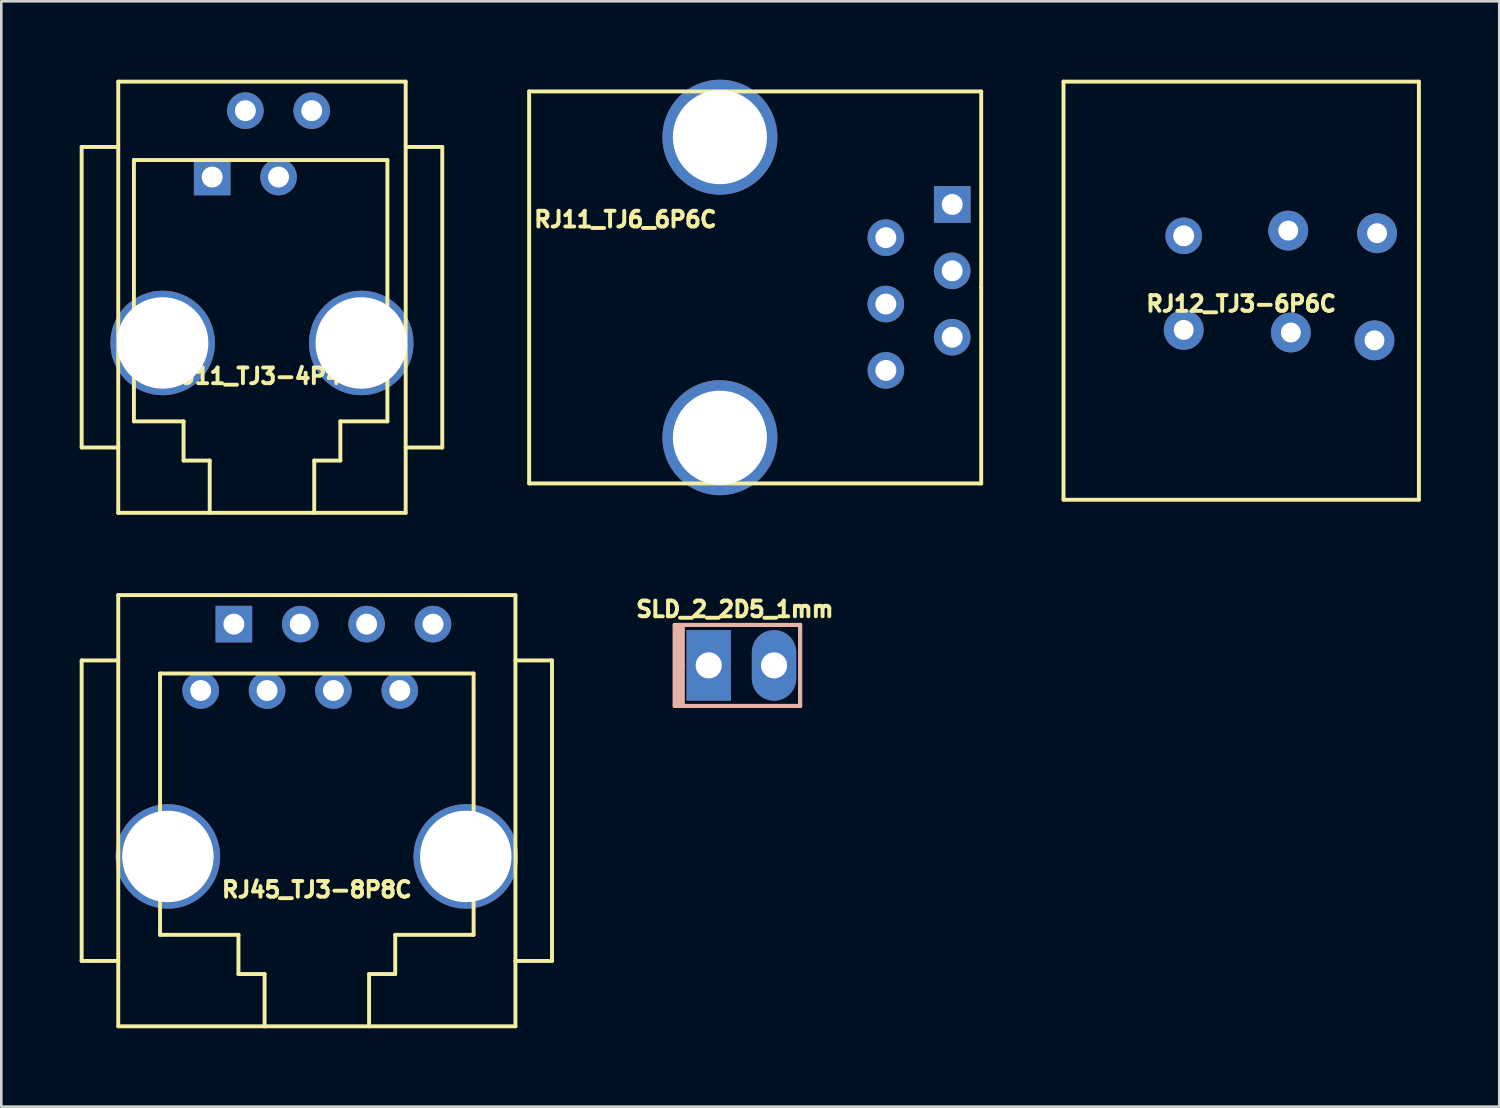
<source format=kicad_pcb>
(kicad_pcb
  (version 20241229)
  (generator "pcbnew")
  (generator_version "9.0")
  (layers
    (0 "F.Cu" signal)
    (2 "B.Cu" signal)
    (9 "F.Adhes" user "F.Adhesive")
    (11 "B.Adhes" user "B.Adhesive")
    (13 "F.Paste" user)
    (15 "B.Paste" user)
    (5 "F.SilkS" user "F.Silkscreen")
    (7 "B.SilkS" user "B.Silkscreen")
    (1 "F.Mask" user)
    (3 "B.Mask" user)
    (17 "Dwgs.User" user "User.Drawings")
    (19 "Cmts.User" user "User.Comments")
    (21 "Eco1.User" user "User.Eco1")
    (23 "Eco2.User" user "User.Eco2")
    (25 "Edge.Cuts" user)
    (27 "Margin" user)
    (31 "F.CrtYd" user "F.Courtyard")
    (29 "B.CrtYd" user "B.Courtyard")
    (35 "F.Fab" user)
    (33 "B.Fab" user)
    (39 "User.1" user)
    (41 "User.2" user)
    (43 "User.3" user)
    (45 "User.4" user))
  (footprint "SLD_2_2D5_1mm"
    (layer "F.Cu")
    (at 25.322 22.414)
    (property "Reference" "SLD_2_2D5_1mm" (at -0.25 -2.15 0) (layer "F.SilkS") (effects (font (size 0.6 0.6) (thickness 0.15))))
    (attr through_hole)
    (fp_line (start -2.55 -1.55) (end -2.55 1.55) (stroke (width 0.15) (type solid)) (layer "F.SilkS"))
    (fp_line (start -2.55 1.55) (end -2.25 1.55) (stroke (width 0.15) (type solid)) (layer "F.SilkS"))
    (fp_line (start -2.4 1.55) (end -2.4 -1.55) (stroke (width 0.15) (type solid)) (layer "F.SilkS"))
    (fp_line (start -2.25 -1.55) (end -2.55 -1.55) (stroke (width 0.15) (type solid)) (layer "F.SilkS"))
    (fp_line (start -2.25 -1.55) (end 2.25 -1.55) (stroke (width 0.15) (type solid)) (layer "F.SilkS"))
    (fp_line (start -2.25 0) (end -2.25 -1.55) (stroke (width 0.15) (type solid)) (layer "F.SilkS"))
    (fp_line (start -2.25 1.55) (end -2.25 0) (stroke (width 0.15) (type solid)) (layer "F.SilkS"))
    (fp_line (start 2.25 -1.55) (end 2.25 1.55) (stroke (width 0.15) (type solid)) (layer "F.SilkS"))
    (fp_line (start 2.25 1.55) (end -2.25 1.55) (stroke (width 0.15) (type solid)) (layer "F.SilkS"))
    (fp_line (start -2.55 -1.55) (end -2.4 -1.55) (stroke (width 0.15) (type solid)) (layer "B.SilkS"))
    (fp_line (start -2.55 1.55) (end -2.55 -1.55) (stroke (width 0.15) (type solid)) (layer "B.SilkS"))
    (fp_line (start -2.4 -1.55) (end -2.4 1.55) (stroke (width 0.15) (type solid)) (layer "B.SilkS"))
    (fp_line (start -2.4 1.55) (end -2.55 1.55) (stroke (width 0.15) (type solid)) (layer "B.SilkS"))
    (fp_line (start -2.4 1.55) (end -2.25 1.55) (stroke (width 0.15) (type solid)) (layer "B.SilkS"))
    (fp_line (start -2.25 -1.55) (end -2.4 -1.55) (stroke (width 0.15) (type solid)) (layer "B.SilkS"))
    (fp_line (start -2.25 -1.55) (end 2.25 -1.55) (stroke (width 0.15) (type solid)) (layer "B.SilkS"))
    (fp_line (start -2.25 1.55) (end -2.25 -1.55) (stroke (width 0.15) (type solid)) (layer "B.SilkS"))
    (fp_line (start 2.25 -1.55) (end 2.25 1.55) (stroke (width 0.15) (type solid)) (layer "B.SilkS"))
    (fp_line (start 2.25 1.55) (end -2.25 1.55) (stroke (width 0.15) (type solid)) (layer "B.SilkS"))
    (pad "1" thru_hole rect (at -1.25 0) (size 1.7 2.7) (drill 1) (layers "*.Cu" "*.Mask"))
    (pad "2" thru_hole oval (at 1.25 0) (size 1.7 2.7) (drill 1) (layers "*.Cu" "*.Mask")))
  (footprint "RJ11_TJ3-4P4C"
    (layer "F.Cu")
    (at 6.975 10.075)
    (property "Reference" "RJ11_TJ3-4P4C" (at 0 1.27 0) (layer "F.SilkS") (effects (font (size 0.6 0.6) (thickness 0.15))))
    (attr through_hole)
    (fp_line (start -6.9 -7.5) (end -6.9 4) (stroke (width 0.15) (type solid)) (layer "F.SilkS"))
    (fp_line (start -6.9 4) (end -5.5 4) (stroke (width 0.15) (type solid)) (layer "F.SilkS"))
    (fp_line (start -5.5 -10) (end 5.5 -10) (stroke (width 0.15) (type solid)) (layer "F.SilkS"))
    (fp_line (start -5.5 -7.5) (end -6.9 -7.5) (stroke (width 0.15) (type solid)) (layer "F.SilkS"))
    (fp_line (start -5.5 6.5) (end -5.5 -10) (stroke (width 0.15) (type solid)) (layer "F.SilkS"))
    (fp_line (start -4.9 -7) (end 4.8 -7) (stroke (width 0.15) (type solid)) (layer "F.SilkS"))
    (fp_line (start -4.9 3) (end -4.9 -7) (stroke (width 0.15) (type solid)) (layer "F.SilkS"))
    (fp_line (start -3 3) (end -4.9 3) (stroke (width 0.15) (type solid)) (layer "F.SilkS"))
    (fp_line (start -3 4.5) (end -3 3) (stroke (width 0.15) (type solid)) (layer "F.SilkS"))
    (fp_line (start -2 4.5) (end -3 4.5) (stroke (width 0.15) (type solid)) (layer "F.SilkS"))
    (fp_line (start -2 6.5) (end -2 4.5) (stroke (width 0.15) (type solid)) (layer "F.SilkS"))
    (fp_line (start 2 4.5) (end 2 6.5) (stroke (width 0.15) (type solid)) (layer "F.SilkS"))
    (fp_line (start 3 3) (end 3 4.5) (stroke (width 0.15) (type solid)) (layer "F.SilkS"))
    (fp_line (start 3 4.5) (end 2 4.5) (stroke (width 0.15) (type solid)) (layer "F.SilkS"))
    (fp_line (start 4.8 -7) (end 4.8 3) (stroke (width 0.15) (type solid)) (layer "F.SilkS"))
    (fp_line (start 4.8 3) (end 3 3) (stroke (width 0.15) (type solid)) (layer "F.SilkS"))
    (fp_line (start 5.5 -10) (end 5.5 6.5) (stroke (width 0.15) (type solid)) (layer "F.SilkS"))
    (fp_line (start 5.5 -7.5) (end 6.9 -7.5) (stroke (width 0.15) (type solid)) (layer "F.SilkS"))
    (fp_line (start 5.5 6.5) (end -5.5 6.5) (stroke (width 0.15) (type solid)) (layer "F.SilkS"))
    (fp_line (start 6.9 -7.5) (end 6.9 4) (stroke (width 0.15) (type solid)) (layer "F.SilkS"))
    (fp_line (start 6.9 4) (end 5.5 4) (stroke (width 0.15) (type solid)) (layer "F.SilkS"))
    (pad "1" thru_hole rect (at -1.905 -6.35) (size 1.4 1.4) (drill 0.8) (layers "*.Cu" "*.Mask"))
    (pad "2" thru_hole circle (at -0.635 -8.89) (size 1.4 1.4) (drill 0.8) (layers "*.Cu" "*.Mask"))
    (pad "3" thru_hole circle (at 0.635 -6.35) (size 1.4 1.4) (drill 0.8) (layers "*.Cu" "*.Mask"))
    (pad "4" thru_hole circle (at 1.905 -8.89) (size 1.4 1.4) (drill 0.8) (layers "*.Cu" "*.Mask"))
    (pad "H" thru_hole circle (at -3.8 0) (size 4 4) (drill 3.5) (layers "*.Cu" "*.Mask"))
    (pad "H" thru_hole circle (at 3.8 0) (size 4 4) (drill 3.5) (layers "*.Cu" "*.Mask")))
  (footprint "RJ45_TJ3-8P8C"
    (layer "F.Cu")
    (at 9.075 29.725)
    (property "Reference" "RJ45_TJ3-8P8C" (at 0 1.27 0) (layer "F.SilkS") (effects (font (size 0.6 0.6) (thickness 0.15))))
    (attr through_hole)
    (fp_line (start -9 -7.5) (end -9 4) (stroke (width 0.15) (type solid)) (layer "F.SilkS"))
    (fp_line (start -9 4) (end -7.6 4) (stroke (width 0.15) (type solid)) (layer "F.SilkS"))
    (fp_line (start -7.6 -10) (end 7.6 -10) (stroke (width 0.15) (type solid)) (layer "F.SilkS"))
    (fp_line (start -7.6 -7.5) (end -9 -7.5) (stroke (width 0.15) (type solid)) (layer "F.SilkS"))
    (fp_line (start -7.6 6.5) (end -7.6 -10) (stroke (width 0.15) (type solid)) (layer "F.SilkS"))
    (fp_line (start -6 -7) (end 6 -7) (stroke (width 0.15) (type solid)) (layer "F.SilkS"))
    (fp_line (start -6 3) (end -6 -7) (stroke (width 0.15) (type solid)) (layer "F.SilkS"))
    (fp_line (start -3 3) (end -6 3) (stroke (width 0.15) (type solid)) (layer "F.SilkS"))
    (fp_line (start -3 4.5) (end -3 3) (stroke (width 0.15) (type solid)) (layer "F.SilkS"))
    (fp_line (start -2 4.5) (end -3 4.5) (stroke (width 0.15) (type solid)) (layer "F.SilkS"))
    (fp_line (start -2 6.5) (end -2 4.5) (stroke (width 0.15) (type solid)) (layer "F.SilkS"))
    (fp_line (start 2 4.5) (end 2 6.5) (stroke (width 0.15) (type solid)) (layer "F.SilkS"))
    (fp_line (start 3 3) (end 3 4.5) (stroke (width 0.15) (type solid)) (layer "F.SilkS"))
    (fp_line (start 3 4.5) (end 2 4.5) (stroke (width 0.15) (type solid)) (layer "F.SilkS"))
    (fp_line (start 6 -7) (end 6 3) (stroke (width 0.15) (type solid)) (layer "F.SilkS"))
    (fp_line (start 6 3) (end 3 3) (stroke (width 0.15) (type solid)) (layer "F.SilkS"))
    (fp_line (start 7.6 -10) (end 7.6 6.5) (stroke (width 0.15) (type solid)) (layer "F.SilkS"))
    (fp_line (start 7.6 -7.5) (end 9 -7.5) (stroke (width 0.15) (type solid)) (layer "F.SilkS"))
    (fp_line (start 7.6 6.5) (end -7.6 6.5) (stroke (width 0.15) (type solid)) (layer "F.SilkS"))
    (fp_line (start 9 -7.5) (end 9 4) (stroke (width 0.15) (type solid)) (layer "F.SilkS"))
    (fp_line (start 9 4) (end 7.6 4) (stroke (width 0.15) (type solid)) (layer "F.SilkS"))
    (pad "1" thru_hole rect (at -3.175 -8.89) (size 1.4 1.4) (drill 0.8) (layers "*.Cu" "*.Mask"))
    (pad "2" thru_hole circle (at -4.445 -6.35) (size 1.4 1.4) (drill 0.8) (layers "*.Cu" "*.Mask"))
    (pad "3" thru_hole circle (at -0.635 -8.89) (size 1.4 1.4) (drill 0.8) (layers "*.Cu" "*.Mask"))
    (pad "4" thru_hole circle (at -1.905 -6.35) (size 1.4 1.4) (drill 0.8) (layers "*.Cu" "*.Mask"))
    (pad "5" thru_hole circle (at 1.905 -8.89) (size 1.4 1.4) (drill 0.8) (layers "*.Cu" "*.Mask"))
    (pad "6" thru_hole circle (at 0.635 -6.35) (size 1.4 1.4) (drill 0.8) (layers "*.Cu" "*.Mask"))
    (pad "7" thru_hole circle (at 4.445 -8.89) (size 1.4 1.4) (drill 0.8) (layers "*.Cu" "*.Mask"))
    (pad "8" thru_hole circle (at 3.175 -6.35) (size 1.4 1.4) (drill 0.8) (layers "*.Cu" "*.Mask"))
    (pad "H" thru_hole circle (at -5.7 0) (size 4 4) (drill 3.5) (layers "*.Cu" "*.Mask"))
    (pad "H" thru_hole circle (at 5.7 0) (size 4 4) (drill 3.5) (layers "*.Cu" "*.Mask")))
  (footprint "RJ12_TJ3-6P6C"
    (layer "F.Cu")
    (at 44.45 8.075)
    (property "Reference" "RJ12_TJ3-6P6C" (at 0 0.5 0) (layer "F.SilkS") (effects (font (size 0.6 0.6) (thickness 0.15))))
    (attr through_hole)
    (fp_line (start -6.8 -8) (end 6.8 -8) (stroke (width 0.15) (type solid)) (layer "F.SilkS"))
    (fp_line (start -6.8 8) (end -6.8 -8) (stroke (width 0.15) (type solid)) (layer "F.SilkS"))
    (fp_line (start 6.8 -8) (end 6.8 8) (stroke (width 0.15) (type solid)) (layer "F.SilkS"))
    (fp_line (start 6.8 8) (end -6.8 8) (stroke (width 0.15) (type solid)) (layer "F.SilkS"))
    (pad "1" thru_hole circle (at -2.2 -2.1) (size 1.4 1.4) (drill 0.8) (layers "*.Cu" "*.Mask"))
    (pad "2" thru_hole circle (at 1.8 -2.3) (size 1.524 1.524) (drill 0.762) (layers "*.Cu" "*.Mask"))
    (pad "3" thru_hole circle (at -2.2 1.5) (size 1.524 1.524) (drill 0.762) (layers "*.Cu" "*.Mask"))
    (pad "4" thru_hole circle (at 1.9 1.6) (size 1.524 1.524) (drill 0.762) (layers "*.Cu" "*.Mask"))
    (pad "5" thru_hole circle (at 5.2 -2.2) (size 1.524 1.524) (drill 0.762) (layers "*.Cu" "*.Mask"))
    (pad "6" thru_hole circle (at 5.1 1.9) (size 1.524 1.524) (drill 0.762) (layers "*.Cu" "*.Mask")))
  (footprint "RJ11_TJ6_6P6C"
    (layer "F.Cu")
    (at 17.2 7.95)
    (property "Reference" "RJ11_TJ6_6P6C" (at 3.683 -2.603 0) (layer "F.SilkS") (effects (font (size 0.6 0.6) (thickness 0.15))))
    (attr through_hole)
    (fp_line (start 0 -7.5) (end 0 7.5) (stroke (width 0.15) (type solid)) (layer "F.SilkS"))
    (fp_line (start 0 7.5) (end 17.3 7.5) (stroke (width 0.15) (type solid)) (layer "F.SilkS"))
    (fp_line (start 17.3 7.501) (end 17.3 0) (stroke (width 0.15) (type solid)) (layer "F.SilkS"))
    (fp_line (start 17.3 -7.5) (end 0 -7.5) (stroke (width 0.15) (type solid)) (layer "F.SilkS"))
    (fp_line (start 17.3 0) (end 17.3 -7.5) (stroke (width 0.15) (type solid)) (layer "F.SilkS"))
    (pad "1" thru_hole rect (at 16.192 -3.175) (size 1.4 1.4) (drill 0.8) (layers "*.Cu" "*.Mask"))
    (pad "2" thru_hole circle (at 13.65 -1.905) (size 1.4 1.4) (drill 0.8) (layers "*.Cu" "*.Mask"))
    (pad "3" thru_hole circle (at 16.19 -0.635) (size 1.4 1.4) (drill 0.8) (layers "*.Cu" "*.Mask"))
    (pad "4" thru_hole circle (at 13.65 0.635) (size 1.4 1.4) (drill 0.8) (layers "*.Cu" "*.Mask"))
    (pad "5" thru_hole circle (at 16.19 1.905) (size 1.4 1.4) (drill 0.8) (layers "*.Cu" "*.Mask"))
    (pad "6" thru_hole circle (at 13.652 3.175) (size 1.4 1.4) (drill 0.8) (layers "*.Cu" "*.Mask"))
    (pad "PAD" thru_hole circle (at 7.3 -5.75) (size 4.4 4.4) (drill 3.6) (layers "*.Cu" "*.Mask"))
    (pad "PAD" thru_hole circle (at 7.3 5.75) (size 4.4 4.4) (drill 3.6) (layers "*.Cu" "*.Mask")))
  (gr_rect
    (start -3 -3)
    (end 54.325 39.3)
    (stroke (width 0.1) (type default))
    (fill no)
    (layer "Edge.Cuts")))
</source>
